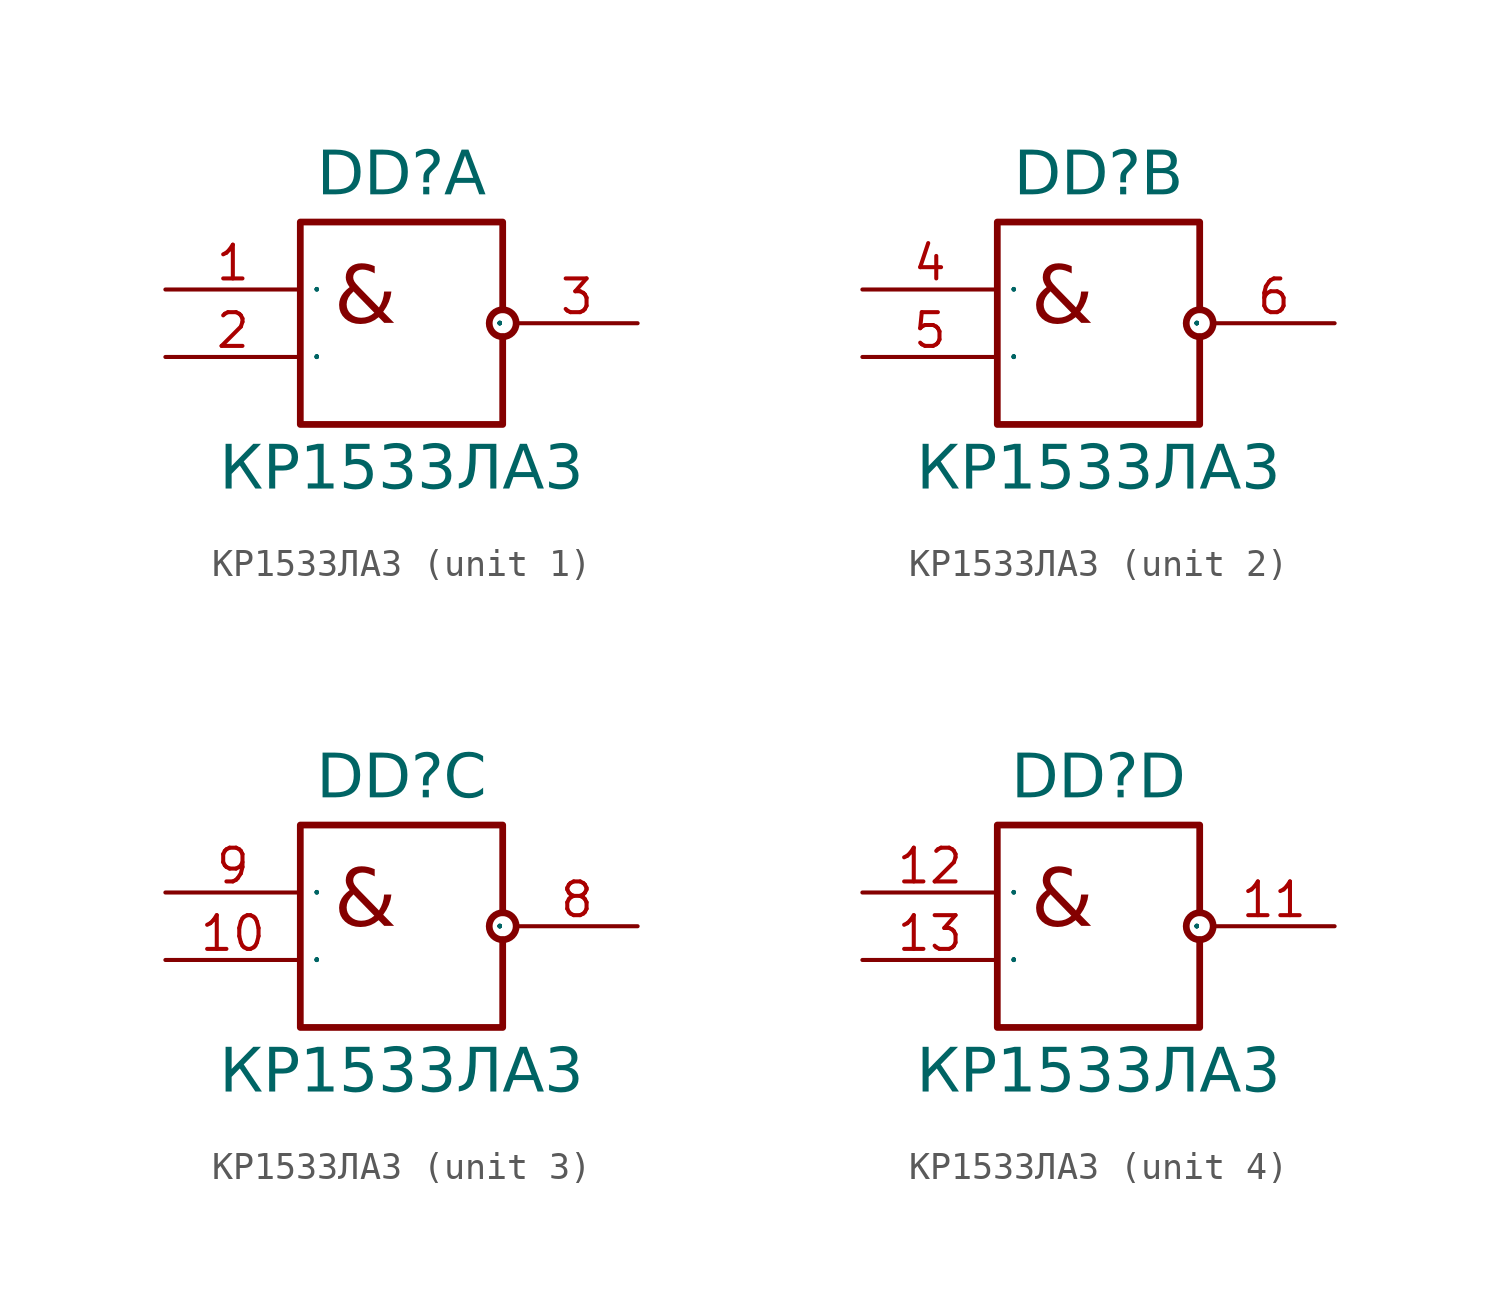
<source format=kicad_sym>
(kicad_symbol_lib
  (version 20241209)
  (generator "kicad_symbol_editor")
  (generator_version "9.0")
  (symbol "КР1533ЛА3"
    (property "Reference" "DD"
      (at 8.89 3.302 0)
      (do_not_autoplace)
      (effects (font (face "Input Sans Condensed") (size 1.651 1.651)) (justify bottom)))
    (property "Value" "КР1533ЛА3"
      (at 8.89 -5.842 0)
      (do_not_autoplace)
      (effects (font (face "Input Sans Condensed") (size 1.651 1.651)) (justify top)))
    (symbol "КР1533ЛА3_0_0"
      (circle (center 12.7 -1.27) (radius 0.508) (stroke (width 0.254) (type solid)) (fill (type color) (color 255 255 255 1))))
    (symbol "КР1533ЛА3_0_1"
      (polyline (pts (xy 12.7 -0.762) (xy 12.7 2.54) (xy 5.08 2.54) (xy 5.08 -5.08) (xy 12.7 -5.08) (xy 12.7 -1.778)) (stroke (width 0.254) (type default)) (fill (type none))))
    (symbol "КР1533ЛА3_1_1"
      (text "&" (at 6.35 0.902 0) (effects (font (face "Input Sans Condensed") (size 2.159 2.159)) (justify left top)))
      (pin input line (at 0 0 0) (length 5.08) (name "1" (effects (font (size 0.025 0.025)))) (number "1" (effects (font (size 1.27 1.27)))))
      (pin input line (at 0 -2.54 0) (length 5.08) (name "2" (effects (font (size 0.025 0.025)))) (number "2" (effects (font (size 1.27 1.27)))))
      (pin power_in line (at 15.24 1.27 180) (length 2.54) (hide yes) (name "VCC" (effects (font (size 0.635 0.635)))) (number "14" (effects (font (size 0.635 0.635)))))
      (pin power_in line (at 15.24 -3.81 180) (length 2.54) (hide yes) (name "GND" (effects (font (size 0.635 0.635)))) (number "7" (effects (font (size 0.635 0.635)))))
      (pin output line (at 17.78 -1.27 180) (length 4.572) (name "3" (effects (font (size 0.025 0.025)))) (number "3" (effects (font (size 1.27 1.27))))))
    (symbol "КР1533ЛА3_2_1"
      (text "&" (at 6.35 0.902 0) (effects (font (face "Input Sans Condensed") (size 2.159 2.159)) (justify left top)))
      (pin input line (at 0 0 0) (length 5.08) (name "1" (effects (font (size 0.025 0.025)))) (number "4" (effects (font (size 1.27 1.27)))))
      (pin input line (at 0 -2.54 0) (length 5.08) (name "2" (effects (font (size 0.025 0.025)))) (number "5" (effects (font (size 1.27 1.27)))))
      (pin output line (at 17.78 -1.27 180) (length 4.572) (name "3" (effects (font (size 0.025 0.025)))) (number "6" (effects (font (size 1.27 1.27))))))
    (symbol "КР1533ЛА3_3_1"
      (text "&" (at 6.35 0.902 0) (effects (font (face "Input Sans Condensed") (size 2.159 2.159)) (justify left top)))
      (pin input line (at 0 0 0) (length 5.08) (name "1" (effects (font (size 0.025 0.025)))) (number "9" (effects (font (size 1.27 1.27)))))
      (pin input line (at 0 -2.54 0) (length 5.08) (name "2" (effects (font (size 0.025 0.025)))) (number "10" (effects (font (size 1.27 1.27)))))
      (pin output line (at 17.78 -1.27 180) (length 4.572) (name "3" (effects (font (size 0.025 0.025)))) (number "8" (effects (font (size 1.27 1.27))))))
    (symbol "КР1533ЛА3_4_1"
      (text "&" (at 6.35 0.902 0) (effects (font (face "Input Sans Condensed") (size 2.159 2.159)) (justify left top)))
      (pin input line (at 0 0 0) (length 5.08) (name "1" (effects (font (size 0.025 0.025)))) (number "12" (effects (font (size 1.27 1.27)))))
      (pin input line (at 0 -2.54 0) (length 5.08) (name "2" (effects (font (size 0.025 0.025)))) (number "13" (effects (font (size 1.27 1.27)))))
      (pin output line (at 17.78 -1.27 180) (length 4.572) (name "3" (effects (font (size 0.025 0.025)))) (number "11" (effects (font (size 1.27 1.27))))))))
</source>
